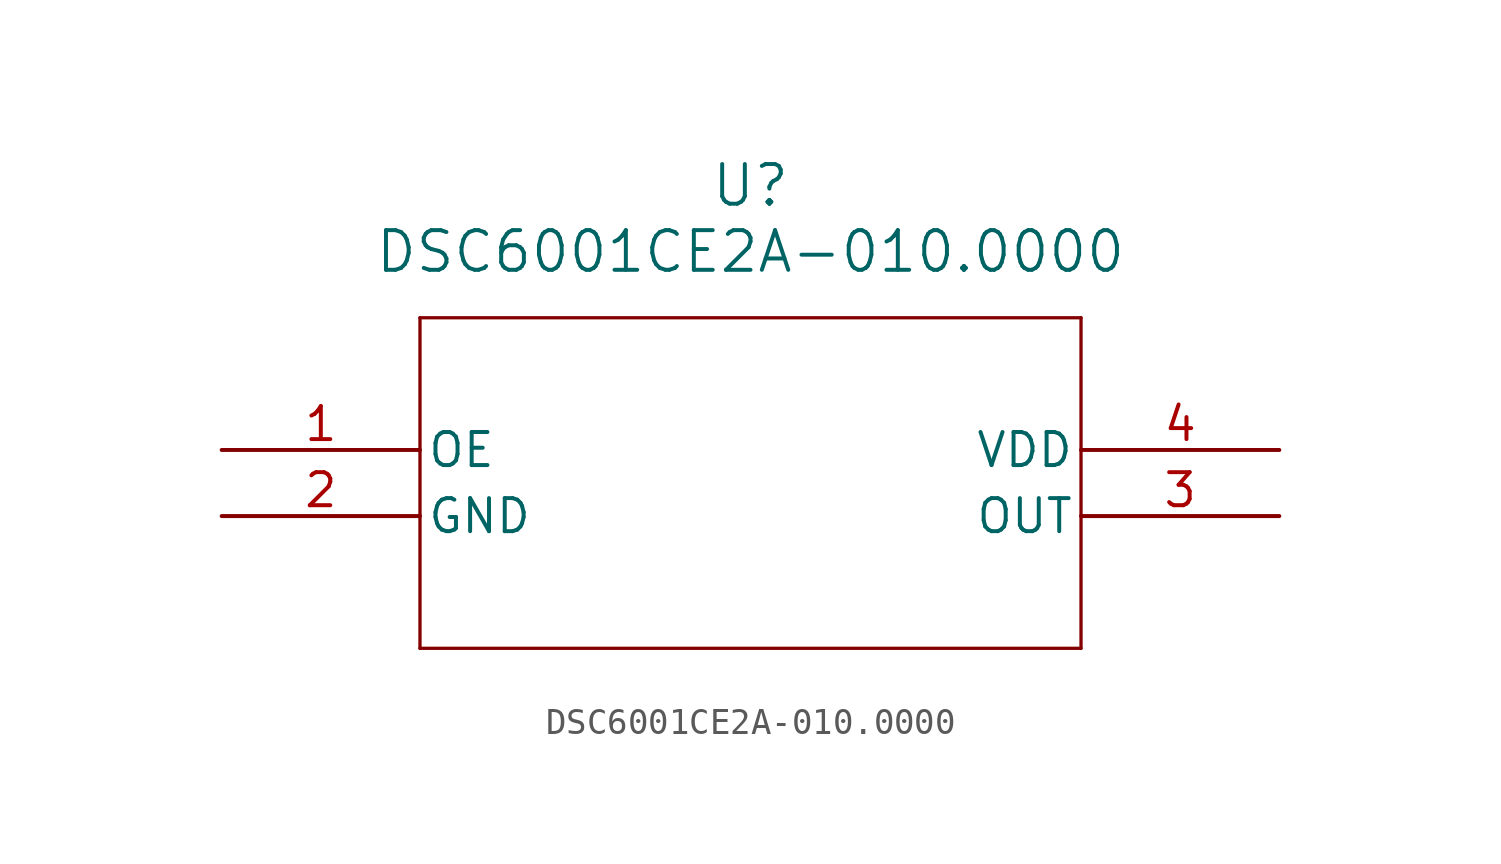
<source format=kicad_sym>
(kicad_symbol_lib
  (version 20211014)
  (generator kicad_symbol_editor)
  (symbol "DSC6001CE2A-010.0000"
    (pin_names
      (offset 0.254))
    (property "Reference" "U"
      (at 20.32 10.16 0)
      (effects (font (size 1.524 1.524))))
    (property "Value" "DSC6001CE2A-010.0000"
      (at 20.32 7.62 0)
      (effects (font (size 1.524 1.524))))
    (symbol "DSC6001CE2A-010.0000_0_1"
      (polyline (pts (xy 7.62 5.08) (xy 7.62 -7.62)) (stroke (width 0.127) (type default) (color 0 0 0 0)) (fill (type none)))
      (polyline (pts (xy 7.62 -7.62) (xy 33.02 -7.62)) (stroke (width 0.127) (type default) (color 0 0 0 0)) (fill (type none)))
      (polyline (pts (xy 33.02 -7.62) (xy 33.02 5.08)) (stroke (width 0.127) (type default) (color 0 0 0 0)) (fill (type none)))
      (polyline (pts (xy 33.02 5.08) (xy 7.62 5.08)) (stroke (width 0.127) (type default) (color 0 0 0 0)) (fill (type none)))
      (pin output line (at 0 0 0) (length 7.62) (name "OE" (effects (font (size 1.27 1.27)))) (number "1" (effects (font (size 1.27 1.27)))))
      (pin power_out line (at 0 -2.54 0) (length 7.62) (name "GND" (effects (font (size 1.27 1.27)))) (number "2" (effects (font (size 1.27 1.27)))))
      (pin output line (at 40.64 -2.54 180) (length 7.62) (name "OUT" (effects (font (size 1.27 1.27)))) (number "3" (effects (font (size 1.27 1.27)))))
      (pin power_in line (at 40.64 0 180) (length 7.62) (name "VDD" (effects (font (size 1.27 1.27)))) (number "4" (effects (font (size 1.27 1.27))))))))
</source>
